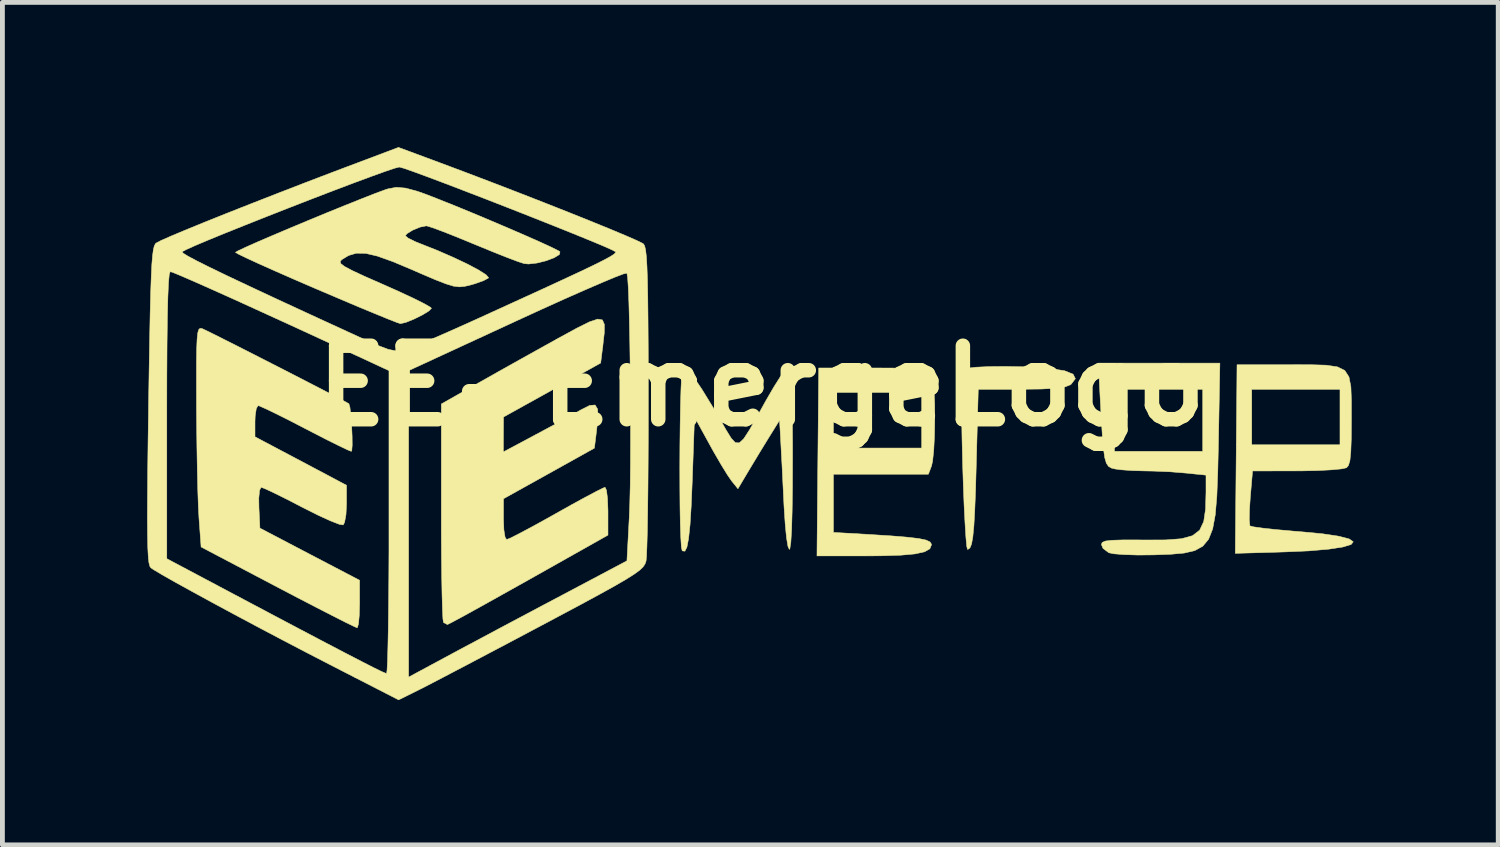
<source format=kicad_pcb>
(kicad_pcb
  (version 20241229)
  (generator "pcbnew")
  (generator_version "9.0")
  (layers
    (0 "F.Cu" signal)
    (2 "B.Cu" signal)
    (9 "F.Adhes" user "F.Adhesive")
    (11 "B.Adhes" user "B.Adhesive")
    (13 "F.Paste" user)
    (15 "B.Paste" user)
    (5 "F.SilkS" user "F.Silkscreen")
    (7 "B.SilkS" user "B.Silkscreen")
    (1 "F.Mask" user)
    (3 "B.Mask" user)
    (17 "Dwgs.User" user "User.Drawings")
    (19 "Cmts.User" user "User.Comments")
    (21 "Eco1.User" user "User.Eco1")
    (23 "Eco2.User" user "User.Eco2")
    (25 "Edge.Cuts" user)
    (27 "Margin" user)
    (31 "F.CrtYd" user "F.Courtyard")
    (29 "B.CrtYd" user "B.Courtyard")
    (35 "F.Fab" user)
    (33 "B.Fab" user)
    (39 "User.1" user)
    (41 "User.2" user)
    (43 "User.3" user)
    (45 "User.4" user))
  (footprint "EE-EmergeLogo"
    (layer "F.Cu")
    (at 12.734 4.95)
    (property "Reference" "EE-EmergeLogo" (at 0 0 0) (layer "F.SilkS") (effects (font (size 1.524 1.524) (thickness 0.3))))
    (attr through_hole)
    (fp_poly (pts (xy 2.714 -0.372) (xy 3.051 -0.359) (xy 3.289 -0.32) (xy 3.444 -0.242) (xy 3.534 -0.108) (xy 3.576 0.095) (xy 3.589 0.381) (xy 3.59 0.714) (xy 3.584 1.041) (xy 3.569 1.332) (xy 3.546 1.553) (xy 3.524 1.655) (xy 3.458 1.829) (xy 1.49 1.829) (xy 1.49 3.035) (xy 2.218 3.077) (xy 2.679 3.106) (xy 3.02 3.134) (xy 3.259 3.162) (xy 3.411 3.194) (xy 3.493 3.233) (xy 3.522 3.281) (xy 3.522 3.291) (xy 3.489 3.374) (xy 3.38 3.436) (xy 3.184 3.48) (xy 2.886 3.507) (xy 2.473 3.52) (xy 2.162 3.522) (xy 1.149 3.522) (xy 1.167 1.575) (xy 1.181 0.135) (xy 1.49 0.135) (xy 1.49 1.287) (xy 3.319 1.287) (xy 3.319 0.135) (xy 1.49 0.135) (xy 1.181 0.135) (xy 1.185 -0.373) (xy 2.258 -0.373) (xy 2.714 -0.372)) (stroke (width 0.01) (type solid)) (fill yes) (layer "F.SilkS"))
    (fp_poly (pts (xy 5.412 -0.398) (xy 5.774 -0.379) (xy 5.984 -0.362) (xy 6.283 -0.315) (xy 6.458 -0.244) (xy 6.504 -0.151) (xy 6.419 -0.039) (xy 6.399 -0.024) (xy 6.292 0.018) (xy 6.097 0.047) (xy 5.799 0.063) (xy 5.382 0.068) (xy 4.492 0.068) (xy 4.451 1.609) (xy 4.436 2.157) (xy 4.419 2.584) (xy 4.401 2.903) (xy 4.379 3.129) (xy 4.353 3.275) (xy 4.32 3.356) (xy 4.279 3.386) (xy 4.269 3.387) (xy 4.253 3.322) (xy 4.236 3.139) (xy 4.218 2.856) (xy 4.199 2.49) (xy 4.182 2.058) (xy 4.167 1.578) (xy 4.167 1.563) (xy 4.155 1.077) (xy 4.148 0.635) (xy 4.145 0.254) (xy 4.146 -0.046) (xy 4.152 -0.248) (xy 4.162 -0.333) (xy 4.162 -0.333) (xy 4.248 -0.366) (xy 4.443 -0.389) (xy 4.72 -0.402) (xy 5.051 -0.405) (xy 5.412 -0.398)) (stroke (width 0.01) (type solid)) (fill yes) (layer "F.SilkS"))
    (fp_poly (pts (xy 11.704 -0.431) (xy 11.937 -0.396) (xy 12.089 -0.321) (xy 12.175 -0.188) (xy 12.215 0.017) (xy 12.226 0.311) (xy 12.226 0.708) (xy 12.226 0.716) (xy 12.223 1.1) (xy 12.213 1.37) (xy 12.195 1.545) (xy 12.165 1.647) (xy 12.124 1.695) (xy 12.022 1.718) (xy 11.812 1.738) (xy 11.523 1.753) (xy 11.184 1.76) (xy 11.1 1.76) (xy 10.177 1.761) (xy 10.13 2.309) (xy 10.113 2.569) (xy 10.109 2.774) (xy 10.12 2.889) (xy 10.126 2.901) (xy 10.205 2.921) (xy 10.395 2.947) (xy 10.67 2.977) (xy 11.004 3.007) (xy 11.148 3.018) (xy 11.625 3.063) (xy 11.969 3.115) (xy 12.181 3.171) (xy 12.264 3.229) (xy 12.22 3.285) (xy 12.05 3.337) (xy 11.757 3.382) (xy 11.343 3.418) (xy 10.853 3.439) (xy 9.819 3.469) (xy 9.851 0.068) (xy 10.16 0.068) (xy 10.16 1.219) (xy 11.989 1.219) (xy 11.989 0.068) (xy 10.16 0.068) (xy 9.851 0.068) (xy 9.855 -0.44) (xy 10.92 -0.44) (xy 11.371 -0.441) (xy 11.704 -0.431)) (stroke (width 0.01) (type solid)) (fill yes) (layer "F.SilkS"))
    (fp_poly (pts (xy 9.47 1.168) (xy 9.456 1.786) (xy 9.437 2.282) (xy 9.404 2.67) (xy 9.35 2.963) (xy 9.266 3.176) (xy 9.145 3.321) (xy 8.979 3.412) (xy 8.76 3.463) (xy 8.48 3.488) (xy 8.132 3.501) (xy 8.128 3.501) (xy 7.802 3.504) (xy 7.514 3.495) (xy 7.298 3.478) (xy 7.197 3.456) (xy 7.079 3.368) (xy 7.044 3.286) (xy 7.061 3.243) (xy 7.127 3.214) (xy 7.261 3.198) (xy 7.484 3.191) (xy 7.816 3.191) (xy 7.922 3.192) (xy 8.37 3.191) (xy 8.701 3.166) (xy 8.932 3.103) (xy 9.081 2.988) (xy 9.165 2.809) (xy 9.203 2.552) (xy 9.212 2.203) (xy 9.212 1.848) (xy 8.795 1.805) (xy 8.477 1.779) (xy 8.128 1.764) (xy 7.957 1.761) (xy 7.693 1.754) (xy 7.453 1.737) (xy 7.328 1.72) (xy 7.251 1.701) (xy 7.192 1.667) (xy 7.147 1.601) (xy 7.113 1.485) (xy 7.087 1.303) (xy 7.064 1.038) (xy 7.041 0.672) (xy 7.015 0.187) (xy 7.015 0.186) (xy 7.009 0.068) (xy 7.315 0.068) (xy 7.315 1.355) (xy 9.144 1.355) (xy 9.144 0.068) (xy 7.315 0.068) (xy 7.009 0.068) (xy 6.98 -0.474) (xy 9.5 -0.474) (xy 9.47 1.168)) (stroke (width 0.01) (type solid)) (fill yes) (layer "F.SilkS"))
    (fp_poly (pts (xy -3.298 -1.369) (xy -3.257 -1.275) (xy -3.259 -1.102) (xy -3.288 -0.847) (xy -3.334 -0.476) (xy -4.341 0.084) (xy -5.348 0.643) (xy -5.35 1.005) (xy -5.351 1.367) (xy -4.691 1.014) (xy -4.386 0.851) (xy -4.093 0.691) (xy -3.853 0.557) (xy -3.743 0.494) (xy -3.562 0.403) (xy -3.45 0.394) (xy -3.397 0.48) (xy -3.393 0.675) (xy -3.418 0.916) (xy -3.464 1.288) (xy -5.348 2.337) (xy -5.349 2.76) (xy -5.34 2.985) (xy -5.315 3.137) (xy -5.283 3.183) (xy -5.204 3.152) (xy -5.029 3.063) (xy -4.779 2.93) (xy -4.475 2.763) (xy -4.259 2.642) (xy -3.933 2.459) (xy -3.647 2.303) (xy -3.423 2.184) (xy -3.281 2.114) (xy -3.243 2.1) (xy -3.214 2.162) (xy -3.193 2.326) (xy -3.184 2.558) (xy -3.183 2.595) (xy -3.183 3.091) (xy -4.829 4.018) (xy -5.258 4.258) (xy -5.648 4.476) (xy -5.983 4.662) (xy -6.249 4.808) (xy -6.429 4.904) (xy -6.509 4.944) (xy -6.511 4.945) (xy -6.587 4.905) (xy -6.593 4.899) (xy -6.604 4.823) (xy -6.613 4.628) (xy -6.622 4.329) (xy -6.629 3.944) (xy -6.634 3.488) (xy -6.637 2.977) (xy -6.637 2.613) (xy -6.637 0.373) (xy -5.841 -0.078) (xy -5.459 -0.294) (xy -5.014 -0.543) (xy -4.564 -0.794) (xy -4.185 -1.004) (xy -3.824 -1.201) (xy -3.566 -1.329) (xy -3.396 -1.386) (xy -3.298 -1.369)) (stroke (width 0.01) (type solid)) (fill yes) (layer "F.SilkS"))
    (fp_poly (pts (xy 0.597 -0.351) (xy 0.615 -0.149) (xy 0.629 0.176) (xy 0.638 0.618) (xy 0.643 1.171) (xy 0.643 1.49) (xy 0.641 2.102) (xy 0.634 2.602) (xy 0.623 2.983) (xy 0.607 3.242) (xy 0.587 3.372) (xy 0.576 3.388) (xy 0.547 3.323) (xy 0.517 3.141) (xy 0.49 2.859) (xy 0.466 2.494) (xy 0.461 2.389) (xy 0.442 2.002) (xy 0.424 1.633) (xy 0.407 1.319) (xy 0.395 1.094) (xy 0.393 1.05) (xy 0.373 0.711) (xy 0.135 1.094) (xy -0.028 1.36) (xy -0.197 1.64) (xy -0.295 1.803) (xy -0.489 2.13) (xy -0.619 1.97) (xy -0.708 1.841) (xy -0.839 1.628) (xy -0.99 1.368) (xy -1.068 1.227) (xy -1.389 0.643) (xy -1.435 1.945) (xy -1.457 2.474) (xy -1.482 2.876) (xy -1.512 3.162) (xy -1.547 3.342) (xy -1.589 3.424) (xy -1.639 3.418) (xy -1.646 3.411) (xy -1.662 3.331) (xy -1.674 3.139) (xy -1.684 2.856) (xy -1.69 2.502) (xy -1.693 2.099) (xy -1.694 1.668) (xy -1.692 1.228) (xy -1.687 0.802) (xy -1.68 0.409) (xy -1.67 0.072) (xy -1.658 -0.191) (xy -1.643 -0.357) (xy -1.629 -0.406) (xy -1.546 -0.355) (xy -1.416 -0.198) (xy -1.235 0.07) (xy -1 0.453) (xy -0.875 0.665) (xy -0.734 0.912) (xy -0.628 1.084) (xy -0.543 1.175) (xy -0.461 1.179) (xy -0.367 1.091) (xy -0.246 0.904) (xy -0.081 0.613) (xy 0.09 0.305) (xy 0.253 0.024) (xy 0.398 -0.205) (xy 0.509 -0.362) (xy 0.572 -0.423) (xy 0.576 -0.423) (xy 0.597 -0.351)) (stroke (width 0.01) (type solid)) (fill yes) (layer "F.SilkS"))
    (fp_poly (pts (xy -11.602 -1.191) (xy -11.599 -1.191) (xy -11.519 -1.154) (xy -11.34 -1.066) (xy -11.082 -0.936) (xy -10.765 -0.776) (xy -10.41 -0.595) (xy -10.037 -0.405) (xy -9.666 -0.215) (xy -9.317 -0.035) (xy -9.011 0.123) (xy -8.768 0.25) (xy -8.609 0.336) (xy -8.553 0.368) (xy -8.531 0.444) (xy -8.512 0.608) (xy -8.496 0.821) (xy -8.486 1.04) (xy -8.484 1.227) (xy -8.493 1.339) (xy -8.502 1.355) (xy -8.578 1.325) (xy -8.752 1.242) (xy -9.001 1.119) (xy -9.302 0.964) (xy -9.463 0.881) (xy -9.783 0.715) (xy -10.063 0.575) (xy -10.279 0.471) (xy -10.409 0.414) (xy -10.434 0.406) (xy -10.472 0.467) (xy -10.495 0.622) (xy -10.499 0.73) (xy -10.499 1.053) (xy -9.55 1.555) (xy -8.602 2.058) (xy -8.602 2.447) (xy -8.613 2.666) (xy -8.642 2.825) (xy -8.671 2.88) (xy -8.754 2.866) (xy -8.931 2.797) (xy -9.177 2.685) (xy -9.469 2.539) (xy -9.524 2.511) (xy -9.821 2.357) (xy -10.077 2.23) (xy -10.267 2.14) (xy -10.366 2.101) (xy -10.372 2.1) (xy -10.404 2.162) (xy -10.42 2.326) (xy -10.417 2.523) (xy -10.397 2.946) (xy -9.364 3.487) (xy -8.331 4.027) (xy -8.331 4.519) (xy -8.338 4.758) (xy -8.354 4.933) (xy -8.378 5.01) (xy -8.382 5.012) (xy -8.453 4.981) (xy -8.628 4.896) (xy -8.89 4.763) (xy -9.223 4.592) (xy -9.611 4.391) (xy -10.025 4.174) (xy -11.616 3.337) (xy -11.66 2.735) (xy -11.673 2.493) (xy -11.685 2.144) (xy -11.695 1.715) (xy -11.703 1.235) (xy -11.709 0.731) (xy -11.711 0.453) (xy -11.712 -0.068) (xy -11.712 -0.467) (xy -11.708 -0.762) (xy -11.699 -0.967) (xy -11.686 -1.097) (xy -11.665 -1.168) (xy -11.638 -1.194) (xy -11.602 -1.191)) (stroke (width 0.01) (type solid)) (fill yes) (layer "F.SilkS"))
    (fp_poly (pts (xy -7.376 -4.101) (xy -7.135 -4.036) (xy -6.96 -3.974) (xy -6.7 -3.873) (xy -6.377 -3.744) (xy -6.014 -3.595) (xy -5.633 -3.435) (xy -5.254 -3.274) (xy -4.901 -3.121) (xy -4.595 -2.986) (xy -4.358 -2.877) (xy -4.212 -2.804) (xy -4.178 -2.782) (xy -4.189 -2.725) (xy -4.298 -2.658) (xy -4.466 -2.595) (xy -4.656 -2.548) (xy -4.831 -2.528) (xy -4.921 -2.537) (xy -5.05 -2.579) (xy -5.275 -2.664) (xy -5.567 -2.78) (xy -5.896 -2.915) (xy -5.984 -2.951) (xy -6.307 -3.084) (xy -6.59 -3.196) (xy -6.807 -3.277) (xy -6.933 -3.316) (xy -6.949 -3.319) (xy -7.077 -3.293) (xy -7.228 -3.231) (xy -7.347 -3.159) (xy -7.383 -3.114) (xy -7.325 -3.065) (xy -7.178 -2.992) (xy -7.061 -2.945) (xy -6.718 -2.809) (xy -6.39 -2.666) (xy -6.098 -2.528) (xy -5.865 -2.404) (xy -5.711 -2.306) (xy -5.657 -2.245) (xy -5.66 -2.238) (xy -5.76 -2.184) (xy -5.939 -2.12) (xy -6.028 -2.094) (xy -6.152 -2.065) (xy -6.262 -2.054) (xy -6.384 -2.069) (xy -6.542 -2.117) (xy -6.763 -2.203) (xy -7.072 -2.335) (xy -7.227 -2.403) (xy -7.643 -2.578) (xy -7.962 -2.692) (xy -8.206 -2.749) (xy -8.397 -2.752) (xy -8.558 -2.705) (xy -8.7 -2.619) (xy -8.734 -2.58) (xy -8.72 -2.536) (xy -8.643 -2.477) (xy -8.487 -2.394) (xy -8.239 -2.278) (xy -7.882 -2.121) (xy -7.832 -2.099) (xy -7.496 -1.949) (xy -7.209 -1.815) (xy -6.992 -1.706) (xy -6.865 -1.633) (xy -6.841 -1.61) (xy -6.897 -1.553) (xy -7.034 -1.47) (xy -7.208 -1.384) (xy -7.374 -1.317) (xy -7.485 -1.292) (xy -7.563 -1.318) (xy -7.748 -1.391) (xy -8.024 -1.504) (xy -8.374 -1.649) (xy -8.78 -1.821) (xy -9.226 -2.011) (xy -9.229 -2.012) (xy -9.671 -2.203) (xy -10.07 -2.378) (xy -10.409 -2.529) (xy -10.671 -2.65) (xy -10.842 -2.733) (xy -10.904 -2.77) (xy -10.904 -2.77) (xy -10.844 -2.805) (xy -10.679 -2.882) (xy -10.429 -2.993) (xy -10.114 -3.128) (xy -9.755 -3.28) (xy -9.372 -3.44) (xy -8.985 -3.6) (xy -8.615 -3.75) (xy -8.282 -3.883) (xy -8.007 -3.991) (xy -7.81 -4.064) (xy -7.749 -4.084) (xy -7.57 -4.118) (xy -7.376 -4.101)) (stroke (width 0.01) (type solid)) (fill yes) (layer "F.SilkS"))
    (fp_poly (pts (xy -6.692 -4.636) (xy -6.158 -4.436) (xy -5.608 -4.227) (xy -5.058 -4.015) (xy -4.522 -3.806) (xy -4.015 -3.606) (xy -3.554 -3.421) (xy -3.152 -3.257) (xy -2.827 -3.121) (xy -2.591 -3.018) (xy -2.462 -2.955) (xy -2.445 -2.943) (xy -2.422 -2.902) (xy -2.403 -2.819) (xy -2.387 -2.683) (xy -2.375 -2.483) (xy -2.365 -2.208) (xy -2.358 -1.848) (xy -2.353 -1.391) (xy -2.349 -0.826) (xy -2.347 -0.142) (xy -2.347 0.284) (xy -2.347 0.93) (xy -2.35 1.541) (xy -2.354 2.101) (xy -2.36 2.596) (xy -2.367 3.011) (xy -2.376 3.332) (xy -2.385 3.545) (xy -2.394 3.63) (xy -2.415 3.689) (xy -2.455 3.75) (xy -2.527 3.819) (xy -2.643 3.903) (xy -2.814 4.011) (xy -3.052 4.149) (xy -3.37 4.325) (xy -3.778 4.546) (xy -4.289 4.818) (xy -4.558 4.961) (xy -5.07 5.233) (xy -5.563 5.493) (xy -6.018 5.733) (xy -6.418 5.943) (xy -6.747 6.115) (xy -6.986 6.239) (xy -7.097 6.295) (xy -7.522 6.506) (xy -8.96 5.768) (xy -9.44 5.52) (xy -9.939 5.259) (xy -10.44 4.995) (xy -10.927 4.735) (xy -11.385 4.488) (xy -11.797 4.263) (xy -12.147 4.07) (xy -12.42 3.915) (xy -12.599 3.808) (xy -12.659 3.768) (xy -12.68 3.733) (xy -12.698 3.658) (xy -12.711 3.534) (xy -12.721 3.348) (xy -12.726 3.091) (xy -12.729 2.751) (xy -12.727 2.318) (xy -12.723 1.781) (xy -12.715 1.13) (xy -12.707 0.604) (xy -12.327 0.604) (xy -12.327 3.579) (xy -10.922 4.325) (xy -10.179 4.719) (xy -9.549 5.052) (xy -9.026 5.327) (xy -8.603 5.548) (xy -8.274 5.718) (xy -8.033 5.841) (xy -7.873 5.919) (xy -7.788 5.955) (xy -7.772 5.959) (xy -7.762 5.894) (xy -7.752 5.707) (xy -7.744 5.41) (xy -7.736 5.019) (xy -7.73 4.545) (xy -7.725 4.002) (xy -7.722 3.403) (xy -7.722 2.821) (xy -7.722 -0.318) (xy -7.722 -0.318) (xy -7.315 -0.318) (xy -7.315 6.034) (xy -6.553 5.624) (xy -6.269 5.471) (xy -5.893 5.271) (xy -5.456 5.037) (xy -4.985 4.787) (xy -4.511 4.535) (xy -4.291 4.419) (xy -2.79 3.624) (xy -2.742 2.731) (xy -2.731 2.446) (xy -2.722 2.076) (xy -2.717 1.642) (xy -2.715 1.159) (xy -2.715 0.648) (xy -2.718 0.125) (xy -2.723 -0.391) (xy -2.73 -0.883) (xy -2.739 -1.331) (xy -2.749 -1.719) (xy -2.761 -2.028) (xy -2.775 -2.24) (xy -2.79 -2.337) (xy -2.792 -2.34) (xy -2.862 -2.323) (xy -3.04 -2.255) (xy -3.313 -2.141) (xy -3.667 -1.988) (xy -4.088 -1.802) (xy -4.562 -1.588) (xy -5.074 -1.353) (xy -5.076 -1.352) (xy -7.315 -0.318) (xy -7.722 -0.318) (xy -8.416 -0.64) (xy -9.123 -0.967) (xy -9.783 -1.271) (xy -10.385 -1.546) (xy -10.92 -1.79) (xy -11.379 -1.996) (xy -11.752 -2.162) (xy -12.029 -2.282) (xy -12.201 -2.353) (xy -12.256 -2.371) (xy -12.276 -2.312) (xy -12.292 -2.135) (xy -12.305 -1.836) (xy -12.315 -1.413) (xy -12.322 -0.862) (xy -12.326 -0.182) (xy -12.327 0.604) (xy -12.707 0.604) (xy -12.705 0.407) (xy -12.693 -0.354) (xy -12.682 -0.991) (xy -12.672 -1.514) (xy -12.661 -1.936) (xy -12.649 -2.267) (xy -12.637 -2.518) (xy -12.622 -2.701) (xy -12.611 -2.782) (xy -12.01 -2.782) (xy -11.987 -2.752) (xy -11.887 -2.69) (xy -11.705 -2.593) (xy -11.435 -2.458) (xy -11.071 -2.282) (xy -10.609 -2.064) (xy -10.042 -1.799) (xy -9.367 -1.487) (xy -8.576 -1.123) (xy -7.993 -0.856) (xy -7.74 -0.76) (xy -7.532 -0.717) (xy -7.455 -0.72) (xy -7.348 -0.757) (xy -7.138 -0.842) (xy -6.843 -0.968) (xy -6.484 -1.125) (xy -6.081 -1.305) (xy -5.829 -1.419) (xy -5.155 -1.727) (xy -4.594 -1.983) (xy -4.137 -2.194) (xy -3.774 -2.363) (xy -3.495 -2.496) (xy -3.291 -2.598) (xy -3.152 -2.672) (xy -3.068 -2.724) (xy -3.029 -2.759) (xy -3.026 -2.781) (xy -3.029 -2.784) (xy -3.108 -2.825) (xy -3.295 -2.908) (xy -3.574 -3.024) (xy -3.925 -3.167) (xy -4.331 -3.33) (xy -4.775 -3.506) (xy -5.237 -3.688) (xy -5.701 -3.869) (xy -6.148 -4.041) (xy -6.56 -4.199) (xy -6.92 -4.334) (xy -7.21 -4.441) (xy -7.411 -4.511) (xy -7.506 -4.538) (xy -7.508 -4.538) (xy -7.602 -4.514) (xy -7.804 -4.446) (xy -8.095 -4.341) (xy -8.457 -4.207) (xy -8.872 -4.05) (xy -9.322 -3.877) (xy -9.788 -3.696) (xy -10.254 -3.513) (xy -10.7 -3.336) (xy -11.109 -3.172) (xy -11.463 -3.027) (xy -11.743 -2.909) (xy -11.931 -2.824) (xy -12.01 -2.782) (xy -12.611 -2.782) (xy -12.605 -2.827) (xy -12.585 -2.906) (xy -12.561 -2.95) (xy -12.55 -2.961) (xy -12.453 -3.012) (xy -12.245 -3.104) (xy -11.94 -3.232) (xy -11.552 -3.391) (xy -11.095 -3.574) (xy -10.586 -3.775) (xy -10.038 -3.989) (xy -9.467 -4.21) (xy -8.886 -4.432) (xy -8.589 -4.544) (xy -7.525 -4.945) (xy -6.692 -4.636)) (stroke (width 0.01) (type solid)) (fill yes) (layer "F.SilkS")))
  (gr_rect
    (start -3 -3)
    (end 28.003 14.461)
    (stroke (width 0.1) (type default))
    (fill no)
    (layer "Edge.Cuts")))
</source>
